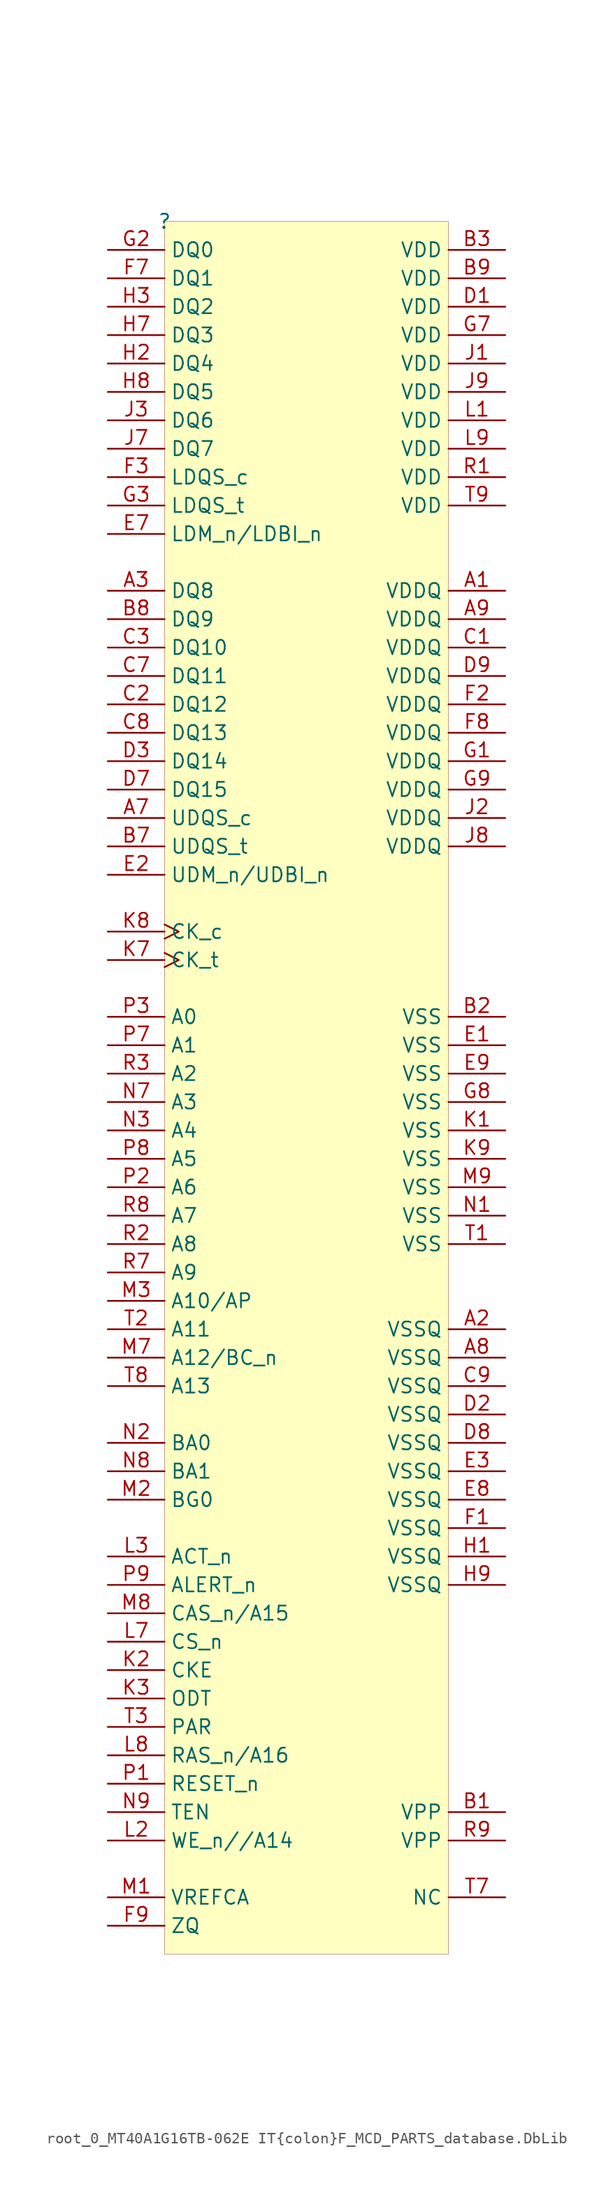
<source format=kicad_sym>
(kicad_symbol_lib
  (version 20241209)
  (generator "kicad_symbol_editor")
  (generator_version "9.0")
  (symbol "root_0_MT40A1G16TB-062E IT{colon}F_MCD_PARTS_database.DbLib"
    (property "Reference" ""
      (at 0 0 0)
      (effects (font (size 1.27 1.27))))
    (property "Value" ""
      (at 0 0 0)
      (effects (font (size 1.27 1.27))))
    (symbol "root_0_MT40A1G16TB-062E IT{colon}F_MCD_PARTS_database.DbLib_1_0"
      (rectangle (start 25.4 0) (end 0 -154.94) (stroke (width 0.025) (type solid) (color 128 0 0 1)) (fill (type background)))
      (pin bidirectional line (at -5.08 -2.54 0) (length 5.08) (name "DQ0" (effects (font (size 1.27 1.27)))) (number "G2" (effects (font (size 1.27 1.27)))))
      (pin bidirectional line (at -5.08 -5.08 0) (length 5.08) (name "DQ1" (effects (font (size 1.27 1.27)))) (number "F7" (effects (font (size 1.27 1.27)))))
      (pin bidirectional line (at -5.08 -7.62 0) (length 5.08) (name "DQ2" (effects (font (size 1.27 1.27)))) (number "H3" (effects (font (size 1.27 1.27)))))
      (pin bidirectional line (at -5.08 -10.16 0) (length 5.08) (name "DQ3" (effects (font (size 1.27 1.27)))) (number "H7" (effects (font (size 1.27 1.27)))))
      (pin bidirectional line (at -5.08 -12.7 0) (length 5.08) (name "DQ4" (effects (font (size 1.27 1.27)))) (number "H2" (effects (font (size 1.27 1.27)))))
      (pin bidirectional line (at -5.08 -15.24 0) (length 5.08) (name "DQ5" (effects (font (size 1.27 1.27)))) (number "H8" (effects (font (size 1.27 1.27)))))
      (pin bidirectional line (at -5.08 -17.78 0) (length 5.08) (name "DQ6" (effects (font (size 1.27 1.27)))) (number "J3" (effects (font (size 1.27 1.27)))))
      (pin bidirectional line (at -5.08 -20.32 0) (length 5.08) (name "DQ7" (effects (font (size 1.27 1.27)))) (number "J7" (effects (font (size 1.27 1.27)))))
      (pin bidirectional line (at -5.08 -22.86 0) (length 5.08) (name "LDQS_c" (effects (font (size 1.27 1.27)))) (number "F3" (effects (font (size 1.27 1.27)))))
      (pin bidirectional line (at -5.08 -25.4 0) (length 5.08) (name "LDQS_t" (effects (font (size 1.27 1.27)))) (number "G3" (effects (font (size 1.27 1.27)))))
      (pin input line (at -5.08 -27.94 0) (length 5.08) (name "LDM_n/LDBI_n" (effects (font (size 1.27 1.27)))) (number "E7" (effects (font (size 1.27 1.27)))))
      (pin bidirectional line (at -5.08 -33.02 0) (length 5.08) (name "DQ8" (effects (font (size 1.27 1.27)))) (number "A3" (effects (font (size 1.27 1.27)))))
      (pin bidirectional line (at -5.08 -35.56 0) (length 5.08) (name "DQ9" (effects (font (size 1.27 1.27)))) (number "B8" (effects (font (size 1.27 1.27)))))
      (pin bidirectional line (at -5.08 -38.1 0) (length 5.08) (name "DQ10" (effects (font (size 1.27 1.27)))) (number "C3" (effects (font (size 1.27 1.27)))))
      (pin bidirectional line (at -5.08 -40.64 0) (length 5.08) (name "DQ11" (effects (font (size 1.27 1.27)))) (number "C7" (effects (font (size 1.27 1.27)))))
      (pin bidirectional line (at -5.08 -43.18 0) (length 5.08) (name "DQ12" (effects (font (size 1.27 1.27)))) (number "C2" (effects (font (size 1.27 1.27)))))
      (pin bidirectional line (at -5.08 -45.72 0) (length 5.08) (name "DQ13" (effects (font (size 1.27 1.27)))) (number "C8" (effects (font (size 1.27 1.27)))))
      (pin bidirectional line (at -5.08 -48.26 0) (length 5.08) (name "DQ14" (effects (font (size 1.27 1.27)))) (number "D3" (effects (font (size 1.27 1.27)))))
      (pin bidirectional line (at -5.08 -50.8 0) (length 5.08) (name "DQ15" (effects (font (size 1.27 1.27)))) (number "D7" (effects (font (size 1.27 1.27)))))
      (pin bidirectional line (at -5.08 -53.34 0) (length 5.08) (name "UDQS_c" (effects (font (size 1.27 1.27)))) (number "A7" (effects (font (size 1.27 1.27)))))
      (pin bidirectional line (at -5.08 -55.88 0) (length 5.08) (name "UDQS_t" (effects (font (size 1.27 1.27)))) (number "B7" (effects (font (size 1.27 1.27)))))
      (pin input line (at -5.08 -58.42 0) (length 5.08) (name "UDM_n/UDBI_n" (effects (font (size 1.27 1.27)))) (number "E2" (effects (font (size 1.27 1.27)))))
      (pin input clock (at -5.08 -63.5 0) (length 5.08) (name "CK_c" (effects (font (size 1.27 1.27)))) (number "K8" (effects (font (size 1.27 1.27)))))
      (pin input clock (at -5.08 -66.04 0) (length 5.08) (name "CK_t" (effects (font (size 1.27 1.27)))) (number "K7" (effects (font (size 1.27 1.27)))))
      (pin input line (at -5.08 -71.12 0) (length 5.08) (name "A0" (effects (font (size 1.27 1.27)))) (number "P3" (effects (font (size 1.27 1.27)))))
      (pin input line (at -5.08 -73.66 0) (length 5.08) (name "A1" (effects (font (size 1.27 1.27)))) (number "P7" (effects (font (size 1.27 1.27)))))
      (pin input line (at -5.08 -76.2 0) (length 5.08) (name "A2" (effects (font (size 1.27 1.27)))) (number "R3" (effects (font (size 1.27 1.27)))))
      (pin input line (at -5.08 -78.74 0) (length 5.08) (name "A3" (effects (font (size 1.27 1.27)))) (number "N7" (effects (font (size 1.27 1.27)))))
      (pin input line (at -5.08 -81.28 0) (length 5.08) (name "A4" (effects (font (size 1.27 1.27)))) (number "N3" (effects (font (size 1.27 1.27)))))
      (pin input line (at -5.08 -83.82 0) (length 5.08) (name "A5" (effects (font (size 1.27 1.27)))) (number "P8" (effects (font (size 1.27 1.27)))))
      (pin input line (at -5.08 -86.36 0) (length 5.08) (name "A6" (effects (font (size 1.27 1.27)))) (number "P2" (effects (font (size 1.27 1.27)))))
      (pin input line (at -5.08 -88.9 0) (length 5.08) (name "A7" (effects (font (size 1.27 1.27)))) (number "R8" (effects (font (size 1.27 1.27)))))
      (pin input line (at -5.08 -91.44 0) (length 5.08) (name "A8" (effects (font (size 1.27 1.27)))) (number "R2" (effects (font (size 1.27 1.27)))))
      (pin input line (at -5.08 -93.98 0) (length 5.08) (name "A9" (effects (font (size 1.27 1.27)))) (number "R7" (effects (font (size 1.27 1.27)))))
      (pin input line (at -5.08 -96.52 0) (length 5.08) (name "A10/AP" (effects (font (size 1.27 1.27)))) (number "M3" (effects (font (size 1.27 1.27)))))
      (pin input line (at -5.08 -99.06 0) (length 5.08) (name "A11" (effects (font (size 1.27 1.27)))) (number "T2" (effects (font (size 1.27 1.27)))))
      (pin input line (at -5.08 -101.6 0) (length 5.08) (name "A12/BC_n" (effects (font (size 1.27 1.27)))) (number "M7" (effects (font (size 1.27 1.27)))))
      (pin input line (at -5.08 -104.14 0) (length 5.08) (name "A13" (effects (font (size 1.27 1.27)))) (number "T8" (effects (font (size 1.27 1.27)))))
      (pin input line (at -5.08 -109.22 0) (length 5.08) (name "BA0" (effects (font (size 1.27 1.27)))) (number "N2" (effects (font (size 1.27 1.27)))))
      (pin input line (at -5.08 -111.76 0) (length 5.08) (name "BA1" (effects (font (size 1.27 1.27)))) (number "N8" (effects (font (size 1.27 1.27)))))
      (pin input line (at -5.08 -114.3 0) (length 5.08) (name "BG0" (effects (font (size 1.27 1.27)))) (number "M2" (effects (font (size 1.27 1.27)))))
      (pin input line (at -5.08 -119.38 0) (length 5.08) (name "ACT_n" (effects (font (size 1.27 1.27)))) (number "L3" (effects (font (size 1.27 1.27)))))
      (pin output line (at -5.08 -121.92 0) (length 5.08) (name "ALERT_n" (effects (font (size 1.27 1.27)))) (number "P9" (effects (font (size 1.27 1.27)))))
      (pin input line (at -5.08 -124.46 0) (length 5.08) (name "CAS_n/A15" (effects (font (size 1.27 1.27)))) (number "M8" (effects (font (size 1.27 1.27)))))
      (pin input line (at -5.08 -127 0) (length 5.08) (name "CS_n" (effects (font (size 1.27 1.27)))) (number "L7" (effects (font (size 1.27 1.27)))))
      (pin input line (at -5.08 -129.54 0) (length 5.08) (name "CKE" (effects (font (size 1.27 1.27)))) (number "K2" (effects (font (size 1.27 1.27)))))
      (pin input line (at -5.08 -132.08 0) (length 5.08) (name "ODT" (effects (font (size 1.27 1.27)))) (number "K3" (effects (font (size 1.27 1.27)))))
      (pin input line (at -5.08 -134.62 0) (length 5.08) (name "PAR" (effects (font (size 1.27 1.27)))) (number "T3" (effects (font (size 1.27 1.27)))))
      (pin input line (at -5.08 -137.16 0) (length 5.08) (name "RAS_n/A16" (effects (font (size 1.27 1.27)))) (number "L8" (effects (font (size 1.27 1.27)))))
      (pin input line (at -5.08 -139.7 0) (length 5.08) (name "RESET_n" (effects (font (size 1.27 1.27)))) (number "P1" (effects (font (size 1.27 1.27)))))
      (pin input line (at -5.08 -142.24 0) (length 5.08) (name "TEN" (effects (font (size 1.27 1.27)))) (number "N9" (effects (font (size 1.27 1.27)))))
      (pin input line (at -5.08 -144.78 0) (length 5.08) (name "WE_n//A14" (effects (font (size 1.27 1.27)))) (number "L2" (effects (font (size 1.27 1.27)))))
      (pin input line (at -5.08 -149.86 0) (length 5.08) (name "VREFCA" (effects (font (size 1.27 1.27)))) (number "M1" (effects (font (size 1.27 1.27)))))
      (pin input line (at -5.08 -152.4 0) (length 5.08) (name "ZQ" (effects (font (size 1.27 1.27)))) (number "F9" (effects (font (size 1.27 1.27)))))
      (pin power_in line (at 30.48 -2.54 180) (length 5.08) (name "VDD" (effects (font (size 1.27 1.27)))) (number "B3" (effects (font (size 1.27 1.27)))))
      (pin power_in line (at 30.48 -5.08 180) (length 5.08) (name "VDD" (effects (font (size 1.27 1.27)))) (number "B9" (effects (font (size 1.27 1.27)))))
      (pin power_in line (at 30.48 -7.62 180) (length 5.08) (name "VDD" (effects (font (size 1.27 1.27)))) (number "D1" (effects (font (size 1.27 1.27)))))
      (pin power_in line (at 30.48 -10.16 180) (length 5.08) (name "VDD" (effects (font (size 1.27 1.27)))) (number "G7" (effects (font (size 1.27 1.27)))))
      (pin power_in line (at 30.48 -12.7 180) (length 5.08) (name "VDD" (effects (font (size 1.27 1.27)))) (number "J1" (effects (font (size 1.27 1.27)))))
      (pin power_in line (at 30.48 -15.24 180) (length 5.08) (name "VDD" (effects (font (size 1.27 1.27)))) (number "J9" (effects (font (size 1.27 1.27)))))
      (pin power_in line (at 30.48 -17.78 180) (length 5.08) (name "VDD" (effects (font (size 1.27 1.27)))) (number "L1" (effects (font (size 1.27 1.27)))))
      (pin power_in line (at 30.48 -20.32 180) (length 5.08) (name "VDD" (effects (font (size 1.27 1.27)))) (number "L9" (effects (font (size 1.27 1.27)))))
      (pin power_in line (at 30.48 -22.86 180) (length 5.08) (name "VDD" (effects (font (size 1.27 1.27)))) (number "R1" (effects (font (size 1.27 1.27)))))
      (pin power_in line (at 30.48 -25.4 180) (length 5.08) (name "VDD" (effects (font (size 1.27 1.27)))) (number "T9" (effects (font (size 1.27 1.27)))))
      (pin power_in line (at 30.48 -33.02 180) (length 5.08) (name "VDDQ" (effects (font (size 1.27 1.27)))) (number "A1" (effects (font (size 1.27 1.27)))))
      (pin power_in line (at 30.48 -35.56 180) (length 5.08) (name "VDDQ" (effects (font (size 1.27 1.27)))) (number "A9" (effects (font (size 1.27 1.27)))))
      (pin power_in line (at 30.48 -38.1 180) (length 5.08) (name "VDDQ" (effects (font (size 1.27 1.27)))) (number "C1" (effects (font (size 1.27 1.27)))))
      (pin power_in line (at 30.48 -40.64 180) (length 5.08) (name "VDDQ" (effects (font (size 1.27 1.27)))) (number "D9" (effects (font (size 1.27 1.27)))))
      (pin power_in line (at 30.48 -43.18 180) (length 5.08) (name "VDDQ" (effects (font (size 1.27 1.27)))) (number "F2" (effects (font (size 1.27 1.27)))))
      (pin power_in line (at 30.48 -45.72 180) (length 5.08) (name "VDDQ" (effects (font (size 1.27 1.27)))) (number "F8" (effects (font (size 1.27 1.27)))))
      (pin power_in line (at 30.48 -48.26 180) (length 5.08) (name "VDDQ" (effects (font (size 1.27 1.27)))) (number "G1" (effects (font (size 1.27 1.27)))))
      (pin power_in line (at 30.48 -50.8 180) (length 5.08) (name "VDDQ" (effects (font (size 1.27 1.27)))) (number "G9" (effects (font (size 1.27 1.27)))))
      (pin power_in line (at 30.48 -53.34 180) (length 5.08) (name "VDDQ" (effects (font (size 1.27 1.27)))) (number "J2" (effects (font (size 1.27 1.27)))))
      (pin power_in line (at 30.48 -55.88 180) (length 5.08) (name "VDDQ" (effects (font (size 1.27 1.27)))) (number "J8" (effects (font (size 1.27 1.27)))))
      (pin power_in line (at 30.48 -71.12 180) (length 5.08) (name "VSS" (effects (font (size 1.27 1.27)))) (number "B2" (effects (font (size 1.27 1.27)))))
      (pin power_in line (at 30.48 -73.66 180) (length 5.08) (name "VSS" (effects (font (size 1.27 1.27)))) (number "E1" (effects (font (size 1.27 1.27)))))
      (pin power_in line (at 30.48 -76.2 180) (length 5.08) (name "VSS" (effects (font (size 1.27 1.27)))) (number "E9" (effects (font (size 1.27 1.27)))))
      (pin power_in line (at 30.48 -78.74 180) (length 5.08) (name "VSS" (effects (font (size 1.27 1.27)))) (number "G8" (effects (font (size 1.27 1.27)))))
      (pin power_in line (at 30.48 -81.28 180) (length 5.08) (name "VSS" (effects (font (size 1.27 1.27)))) (number "K1" (effects (font (size 1.27 1.27)))))
      (pin power_in line (at 30.48 -83.82 180) (length 5.08) (name "VSS" (effects (font (size 1.27 1.27)))) (number "K9" (effects (font (size 1.27 1.27)))))
      (pin power_in line (at 30.48 -86.36 180) (length 5.08) (name "VSS" (effects (font (size 1.27 1.27)))) (number "M9" (effects (font (size 1.27 1.27)))))
      (pin power_in line (at 30.48 -88.9 180) (length 5.08) (name "VSS" (effects (font (size 1.27 1.27)))) (number "N1" (effects (font (size 1.27 1.27)))))
      (pin power_in line (at 30.48 -91.44 180) (length 5.08) (name "VSS" (effects (font (size 1.27 1.27)))) (number "T1" (effects (font (size 1.27 1.27)))))
      (pin power_in line (at 30.48 -99.06 180) (length 5.08) (name "VSSQ" (effects (font (size 1.27 1.27)))) (number "A2" (effects (font (size 1.27 1.27)))))
      (pin power_in line (at 30.48 -101.6 180) (length 5.08) (name "VSSQ" (effects (font (size 1.27 1.27)))) (number "A8" (effects (font (size 1.27 1.27)))))
      (pin power_in line (at 30.48 -104.14 180) (length 5.08) (name "VSSQ" (effects (font (size 1.27 1.27)))) (number "C9" (effects (font (size 1.27 1.27)))))
      (pin power_in line (at 30.48 -106.68 180) (length 5.08) (name "VSSQ" (effects (font (size 1.27 1.27)))) (number "D2" (effects (font (size 1.27 1.27)))))
      (pin power_in line (at 30.48 -109.22 180) (length 5.08) (name "VSSQ" (effects (font (size 1.27 1.27)))) (number "D8" (effects (font (size 1.27 1.27)))))
      (pin power_in line (at 30.48 -111.76 180) (length 5.08) (name "VSSQ" (effects (font (size 1.27 1.27)))) (number "E3" (effects (font (size 1.27 1.27)))))
      (pin power_in line (at 30.48 -114.3 180) (length 5.08) (name "VSSQ" (effects (font (size 1.27 1.27)))) (number "E8" (effects (font (size 1.27 1.27)))))
      (pin power_in line (at 30.48 -116.84 180) (length 5.08) (name "VSSQ" (effects (font (size 1.27 1.27)))) (number "F1" (effects (font (size 1.27 1.27)))))
      (pin power_in line (at 30.48 -119.38 180) (length 5.08) (name "VSSQ" (effects (font (size 1.27 1.27)))) (number "H1" (effects (font (size 1.27 1.27)))))
      (pin power_in line (at 30.48 -121.92 180) (length 5.08) (name "VSSQ" (effects (font (size 1.27 1.27)))) (number "H9" (effects (font (size 1.27 1.27)))))
      (pin power_in line (at 30.48 -142.24 180) (length 5.08) (name "VPP" (effects (font (size 1.27 1.27)))) (number "B1" (effects (font (size 1.27 1.27)))))
      (pin power_in line (at 30.48 -144.78 180) (length 5.08) (name "VPP" (effects (font (size 1.27 1.27)))) (number "R9" (effects (font (size 1.27 1.27)))))
      (pin input line (at 30.48 -149.86 180) (length 5.08) (name "NC" (effects (font (size 1.27 1.27)))) (number "T7" (effects (font (size 1.27 1.27))))))))
</source>
